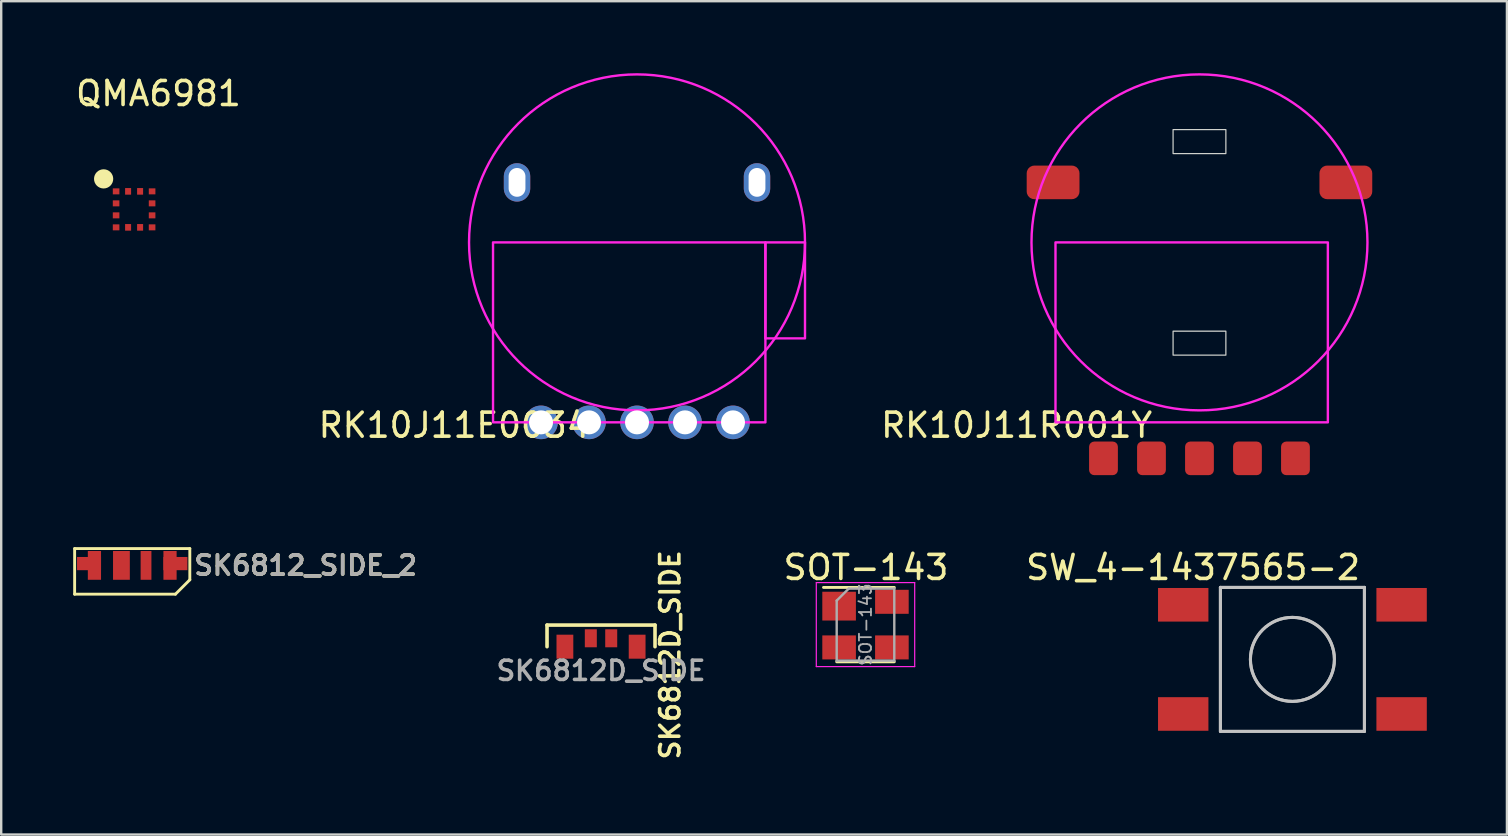
<source format=kicad_pcb>
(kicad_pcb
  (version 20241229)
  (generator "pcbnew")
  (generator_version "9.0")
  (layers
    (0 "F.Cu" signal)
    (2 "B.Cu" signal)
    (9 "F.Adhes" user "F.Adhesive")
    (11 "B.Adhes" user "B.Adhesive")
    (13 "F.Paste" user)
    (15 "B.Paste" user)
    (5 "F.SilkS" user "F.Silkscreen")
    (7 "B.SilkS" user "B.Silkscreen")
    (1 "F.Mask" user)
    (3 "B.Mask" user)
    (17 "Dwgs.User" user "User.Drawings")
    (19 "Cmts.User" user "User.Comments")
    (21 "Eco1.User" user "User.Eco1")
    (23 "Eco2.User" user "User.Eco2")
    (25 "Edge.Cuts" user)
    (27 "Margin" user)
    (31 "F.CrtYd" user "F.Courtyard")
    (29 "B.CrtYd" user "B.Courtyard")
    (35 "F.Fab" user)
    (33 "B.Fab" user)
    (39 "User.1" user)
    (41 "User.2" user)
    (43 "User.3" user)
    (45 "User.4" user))
  (footprint "SW_4-1437565-2"
    (layer "F.Cu")
    (at 50.806 24.427)
    (property "Reference" "SW_4-1437565-2" (at -4.139 -3.829 0) (layer "F.SilkS") (effects (font (size 1 1) (thickness 0.15))))
    (attr smd)
    (fp_line (start -3 -3) (end 3 -3) (stroke (width 0.127) (type solid)) (layer "Dwgs.User"))
    (fp_line (start -3 3) (end -3 -3) (stroke (width 0.127) (type solid)) (layer "Dwgs.User"))
    (fp_line (start 3 -3) (end 3 3) (stroke (width 0.127) (type solid)) (layer "Dwgs.User"))
    (fp_line (start 3 3) (end -3 3) (stroke (width 0.127) (type solid)) (layer "Dwgs.User"))
    (fp_circle (center 0 0) (end 1.75 0) (stroke (width 0.127) (type solid)) (fill no) (layer "Dwgs.User"))
    (fp_line (start -5.914 -3.25) (end 5.914 -3.25) (stroke (width 0.05) (type solid)) (layer "Eco1.User"))
    (fp_line (start -5.914 3.25) (end -5.914 -3.25) (stroke (width 0.05) (type solid)) (layer "Eco1.User"))
    (fp_line (start 5.914 -3.25) (end 5.914 3.25) (stroke (width 0.05) (type solid)) (layer "Eco1.User"))
    (fp_line (start 5.914 3.25) (end -5.914 3.25) (stroke (width 0.05) (type solid)) (layer "Eco1.User"))
    (fp_line (start -3 -2.997) (end -3 2.997) (stroke (width 0.127) (type solid)) (layer "F.Fab"))
    (fp_line (start -2.992 3) (end 3.002 3) (stroke (width 0.127) (type solid)) (layer "F.Fab"))
    (fp_line (start 3.002 -2.997) (end -3 -2.997) (stroke (width 0.127) (type solid)) (layer "F.Fab"))
    (fp_line (start 3.002 3) (end 3.002 -2.997) (stroke (width 0.127) (type solid)) (layer "F.Fab"))
    (fp_circle (center 0 0) (end 1.75 0) (stroke (width 0.127) (type solid)) (fill no) (layer "F.Fab"))
    (pad "1" smd rect (at -4.55 -2.275) (size 2.1 1.4) (layers "F.Cu" "F.Mask" "F.Paste"))
    (pad "2" smd rect (at 4.55 -2.275) (size 2.1 1.4) (layers "F.Cu" "F.Mask" "F.Paste"))
    (pad "3" smd rect (at -4.55 2.275) (size 2.1 1.4) (layers "F.Cu" "F.Mask" "F.Paste"))
    (pad "4" smd rect (at 4.55 2.275) (size 2.1 1.4) (layers "F.Cu" "F.Mask" "F.Paste")))
  (footprint "SOT-143"
    (layer "F.Cu")
    (at 33.016 22.978)
    (property "Reference" "SOT-143" (at 0.02 -2.38 0) (layer "F.SilkS") (effects (font (size 1 1) (thickness 0.15))))
    (attr smd)
    (fp_line (start -1.2 1.55) (end 1.2 1.55) (stroke (width 0.12) (type solid)) (layer "F.SilkS"))
    (fp_line (start 1.2 -1.55) (end -1.75 -1.55) (stroke (width 0.12) (type solid)) (layer "F.SilkS"))
    (fp_line (start -2.05 1.75) (end -2.05 -1.75) (stroke (width 0.05) (type solid)) (layer "F.CrtYd"))
    (fp_line (start -2.05 1.75) (end 2.05 1.75) (stroke (width 0.05) (type solid)) (layer "F.CrtYd"))
    (fp_line (start 2.05 -1.75) (end -2.05 -1.75) (stroke (width 0.05) (type solid)) (layer "F.CrtYd"))
    (fp_line (start 2.05 -1.75) (end 2.05 1.75) (stroke (width 0.05) (type solid)) (layer "F.CrtYd"))
    (fp_line (start -1.2 -1) (end -0.7 -1.5) (stroke (width 0.1) (type solid)) (layer "F.Fab"))
    (fp_line (start -1.2 1.5) (end -1.2 -1) (stroke (width 0.1) (type solid)) (layer "F.Fab"))
    (fp_line (start -0.7 -1.5) (end 1.2 -1.5) (stroke (width 0.1) (type solid)) (layer "F.Fab"))
    (fp_line (start 1.2 -1.5) (end 1.2 1.5) (stroke (width 0.1) (type solid)) (layer "F.Fab"))
    (fp_line (start 1.2 1.5) (end -1.2 1.5) (stroke (width 0.1) (type solid)) (layer "F.Fab"))
    (fp_text user "${REFERENCE}" (at 0 0 90) (layer "F.Fab") (effects (font (size 0.5 0.5) (thickness 0.075))))
    (pad "1" smd rect (at -1.1 -0.77 270) (size 1.2 1.4) (layers "F.Cu" "F.Mask" "F.Paste"))
    (pad "2" smd rect (at -1.1 0.95 270) (size 1 1.4) (layers "F.Cu" "F.Mask" "F.Paste"))
    (pad "3" smd rect (at 1.1 0.95 270) (size 1 1.4) (layers "F.Cu" "F.Mask" "F.Paste"))
    (pad "4" smd rect (at 1.1 -0.95 270) (size 1 1.4) (layers "F.Cu" "F.Mask" "F.Paste")))
  (footprint "SK6812D_SIDE"
    (layer "F.Cu")
    (at 21.995 23.898)
    (property "Reference" "SK6812D_SIDE" (at 2.88 0.34 90) (unlocked yes) (layer "F.SilkS") (effects (font (size 0.8 0.8) (thickness 0.15))))
    (attr smd)
    (fp_line (start -2.25 -0.9) (end 2.25 -0.9) (stroke (width 0.15) (type solid)) (layer "F.SilkS"))
    (fp_line (start -2.25 0) (end -2.25 -0.9) (stroke (width 0.15) (type solid)) (layer "F.SilkS"))
    (fp_line (start 2.25 -0.9) (end 2.25 0) (stroke (width 0.15) (type solid)) (layer "F.SilkS"))
    (fp_text user "${REFERENCE}" (at 0 1 0) (unlocked yes) (layer "F.Fab") (effects (font (size 0.8 0.8) (thickness 0.15))))
    (pad "1" smd rect (at 1.505 0) (size 0.7 1) (layers "F.Cu" "F.Mask" "F.Paste"))
    (pad "2" smd rect (at 0.425 -0.35) (size 0.5 0.75) (layers "F.Cu" "F.Mask" "F.Paste"))
    (pad "3" smd rect (at -1.505 0) (size 0.7 1) (layers "F.Cu" "F.Mask" "F.Paste"))
    (pad "4" smd rect (at -0.425 -0.35) (size 0.5 0.75) (layers "F.Cu" "F.Mask" "F.Paste")))
  (footprint "QMA6981"
    (layer "F.Cu")
    (at 2.538 5.674)
    (property "Reference" "QMA6981" (at 1.016 -4.826 0) (layer "F.SilkS") (effects (font (size 1 1) (thickness 0.15))))
    (attr through_hole)
    (fp_circle (center -1.27 -1.27) (end -1.07 -1.27) (stroke (width 0.4) (type solid)) (fill no) (layer "F.SilkS"))
    (pad "1" smd rect (at -0.75 -0.75) (size 0.275 0.25) (layers "F.Cu" "F.Mask" "F.Paste"))
    (pad "2" smd rect (at -0.75 -0.25) (size 0.275 0.25) (layers "F.Cu" "F.Mask" "F.Paste"))
    (pad "3" smd rect (at -0.75 0.25) (size 0.275 0.25) (layers "F.Cu" "F.Mask" "F.Paste"))
    (pad "4" smd rect (at -0.75 0.75) (size 0.275 0.25) (layers "F.Cu" "F.Mask" "F.Paste"))
    (pad "5" smd rect (at -0.25 0.75 90) (size 0.275 0.25) (layers "F.Cu" "F.Mask" "F.Paste"))
    (pad "6" smd rect (at 0.25 0.75 90) (size 0.275 0.25) (layers "F.Cu" "F.Mask" "F.Paste"))
    (pad "7" smd rect (at 0.75 0.75) (size 0.275 0.25) (layers "F.Cu" "F.Mask" "F.Paste"))
    (pad "8" smd rect (at 0.75 0.25) (size 0.275 0.25) (layers "F.Cu" "F.Mask" "F.Paste"))
    (pad "9" smd rect (at 0.75 -0.25) (size 0.275 0.25) (layers "F.Cu" "F.Mask" "F.Paste"))
    (pad "10" smd rect (at 0.75 -0.75) (size 0.275 0.25) (layers "F.Cu" "F.Mask" "F.Paste"))
    (pad "11" smd rect (at 0.25 -0.75 90) (size 0.275 0.25) (layers "F.Cu" "F.Mask" "F.Paste"))
    (pad "12" smd rect (at -0.25 -0.75 90) (size 0.275 0.25) (layers "F.Cu" "F.Mask" "F.Paste")))
  (footprint "RK10J11R001Y"
    (layer "F.Cu")
    (at 46.933 7.05)
    (property "Reference" "RK10J11R001Y" (at -7.62 7.62 0) (unlocked yes) (layer "F.SilkS") (effects (font (size 1 1) (thickness 0.15))))
    (attr through_hole)
    (fp_rect (start -1.1 -4.7) (end 1.1 -3.7) (stroke (width 0.05) (type default)) (fill no) (layer "Edge.Cuts"))
    (fp_rect (start -1.1 3.7) (end 1.1 4.7) (stroke (width 0.05) (type default)) (fill no) (layer "Edge.Cuts"))
    (fp_rect (start -6 0) (end 5.35 7.5) (stroke (width 0.1) (type default)) (fill no) (layer "F.CrtYd"))
    (fp_circle (center 0 0) (end 7 0) (stroke (width 0.1) (type default)) (fill no) (layer "F.CrtYd"))
    (pad "" smd roundrect (at -6.1 -2.5) (size 2.2 1.4) (layers "F.Cu" "F.Mask" "F.Paste") (roundrect_rratio 0.227))
    (pad "" smd roundrect (at -2 9) (size 1.2 1.4) (layers "F.Cu" "F.Mask" "F.Paste") (roundrect_rratio 0.179))
    (pad "" smd roundrect (at 2 9) (size 1.2 1.4) (layers "F.Cu" "F.Mask" "F.Paste") (roundrect_rratio 0.179))
    (pad "" smd roundrect (at 6.1 -2.5) (size 2.2 1.4) (layers "F.Cu" "F.Mask" "F.Paste") (roundrect_rratio 0.227))
    (pad "1" smd roundrect (at -4 9) (size 1.2 1.4) (layers "F.Cu" "F.Mask" "F.Paste") (roundrect_rratio 0.179))
    (pad "2" smd roundrect (at 0 9) (size 1.2 1.4) (layers "F.Cu" "F.Mask" "F.Paste") (roundrect_rratio 0.179))
    (pad "3" smd roundrect (at 4 9) (size 1.2 1.4) (layers "F.Cu" "F.Mask" "F.Paste") (roundrect_rratio 0.179)))
  (footprint "SK6812_SIDE_2"
    (layer "F.Cu")
    (at 2.46 20.51)
    (property "Reference" "SK6812_SIDE_2" (at 2.5 0 0) (unlocked yes) (layer "F.SilkS") (effects (font (size 0.8 0.8) (thickness 0.15)) (justify left)))
    (attr smd)
    (fp_line (start -2.4 -0.7) (end 2.4 -0.7) (stroke (width 0.12) (type solid)) (layer "F.SilkS"))
    (fp_line (start -2.4 1.2) (end -2.4 -0.7) (stroke (width 0.12) (type solid)) (layer "F.SilkS"))
    (fp_line (start 1.8 1.2) (end -2.4 1.2) (stroke (width 0.12) (type solid)) (layer "F.SilkS"))
    (fp_line (start 2.4 -0.7) (end 2.4 0.6) (stroke (width 0.12) (type solid)) (layer "F.SilkS"))
    (fp_line (start 2.4 0.6) (end 1.8 1.2) (stroke (width 0.12) (type solid)) (layer "F.SilkS"))
    (fp_text user "${REFERENCE}" (at 2.5 0 0) (unlocked yes) (layer "F.Fab") (effects (font (size 0.8 0.8) (thickness 0.15)) (justify left)))
    (pad "1" smd rect (at -1.8 -0.075) (size 1 0.55) (layers "F.Cu" "F.Mask" "F.Paste"))
    (pad "1" smd rect (at -1.575 0) (size 0.55 1.2) (layers "F.Cu" "F.Mask" "F.Paste"))
    (pad "2" smd rect (at -0.45 0) (size 0.7 1.2) (layers "F.Cu" "F.Mask" "F.Paste"))
    (pad "3" smd rect (at 0.575 0) (size 0.45 1.2) (layers "F.Cu" "F.Mask" "F.Paste"))
    (pad "4" smd rect (at 1.575 0) (size 0.55 1.2) (layers "F.Cu" "F.Mask" "F.Paste"))
    (pad "4" smd rect (at 1.8 -0.075) (size 1 0.55) (layers "F.Cu" "F.Mask" "F.Paste")))
  (footprint "RK10J11E0034"
    (layer "F.Cu")
    (at 23.495 7.05)
    (property "Reference" "RK10J11E0034" (at -7.62 7.62 0) (unlocked yes) (layer "F.SilkS") (effects (font (size 1 1) (thickness 0.15))))
    (attr through_hole)
    (fp_rect (start -6 0) (end 5.35 7.5) (stroke (width 0.1) (type default)) (fill no) (layer "F.CrtYd"))
    (fp_rect (start 5.35 0) (end 7 4) (stroke (width 0.1) (type default)) (fill no) (layer "F.CrtYd"))
    (fp_circle (center 0 0) (end 7 0) (stroke (width 0.1) (type default)) (fill no) (layer "F.CrtYd"))
    (pad "" thru_hole oval (at -5 -2.5) (size 1.1 1.6) (drill oval 0.7 1.2) (layers "*.Cu" "*.Mask"))
    (pad "" thru_hole circle (at -2 7.5) (size 1.4 1.4) (drill 1) (layers "*.Cu" "*.Mask"))
    (pad "" thru_hole circle (at 2 7.5) (size 1.4 1.4) (drill 1) (layers "*.Cu" "*.Mask"))
    (pad "" thru_hole oval (at 5 -2.5) (size 1.1 1.6) (drill oval 0.7 1.2) (layers "*.Cu" "*.Mask"))
    (pad "1" thru_hole circle (at -4 7.5) (size 1.4 1.4) (drill 1) (layers "*.Cu" "*.Mask"))
    (pad "2" thru_hole circle (at 0 7.5) (size 1.4 1.4) (drill 1) (layers "*.Cu" "*.Mask"))
    (pad "3" thru_hole circle (at 4 7.5) (size 1.4 1.4) (drill 1) (layers "*.Cu" "*.Mask")))
  (gr_rect
    (start -3 -3)
    (end 59.745 31.726)
    (stroke (width 0.1) (type default))
    (fill no)
    (layer "Edge.Cuts")))
</source>
